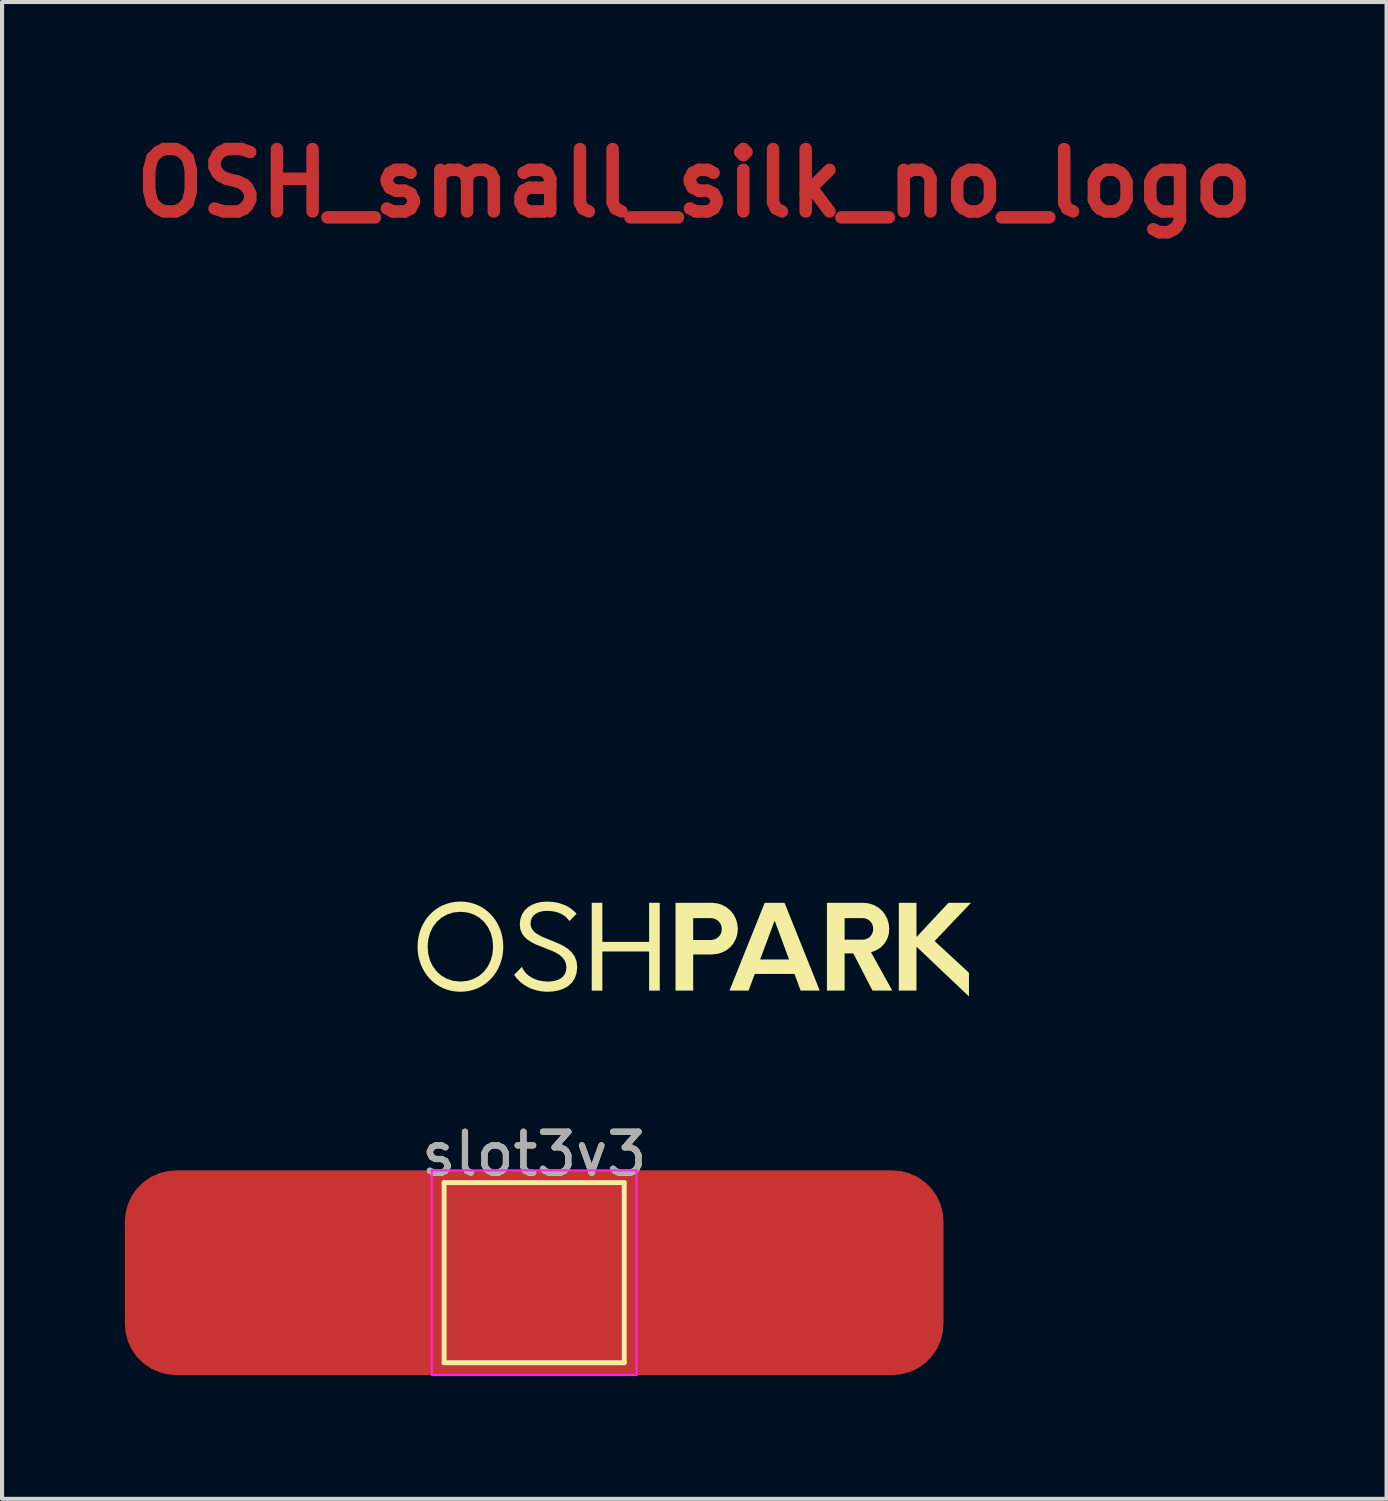
<source format=kicad_pcb>
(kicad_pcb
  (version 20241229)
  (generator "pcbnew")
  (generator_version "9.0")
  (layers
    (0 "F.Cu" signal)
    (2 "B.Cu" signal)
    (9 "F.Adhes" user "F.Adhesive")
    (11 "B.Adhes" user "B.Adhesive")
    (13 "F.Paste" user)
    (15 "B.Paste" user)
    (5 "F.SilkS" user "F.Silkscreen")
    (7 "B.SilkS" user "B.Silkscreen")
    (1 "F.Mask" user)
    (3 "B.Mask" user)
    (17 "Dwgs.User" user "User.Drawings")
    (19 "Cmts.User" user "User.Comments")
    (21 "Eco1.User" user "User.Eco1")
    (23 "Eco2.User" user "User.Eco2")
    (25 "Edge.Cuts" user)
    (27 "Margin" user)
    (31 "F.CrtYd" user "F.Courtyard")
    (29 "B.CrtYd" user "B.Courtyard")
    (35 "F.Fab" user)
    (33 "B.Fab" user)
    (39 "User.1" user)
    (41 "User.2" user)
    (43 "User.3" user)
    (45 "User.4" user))
  (footprint "slot3v3"
    (layer "F.Cu")
    (at 10 28.042)
    (property "Reference" "slot3v3" (at 0 -2.898 0) (layer "F.SilkS") (effects (font (size 1 1) (thickness 0.15))))
    (attr exclude_from_pos_files exclude_from_bom)
    (fp_line (start -2.2 -2.2) (end 2.2 -2.2) (stroke (width 0.12) (type solid)) (layer "F.SilkS"))
    (fp_line (start -2.2 2.2) (end -2.2 -2.2) (stroke (width 0.12) (type solid)) (layer "F.SilkS"))
    (fp_line (start 2.2 -2.2) (end 2.2 2.2) (stroke (width 0.12) (type solid)) (layer "F.SilkS"))
    (fp_line (start 2.2 2.2) (end -2.2 2.2) (stroke (width 0.12) (type solid)) (layer "F.SilkS"))
    (fp_line (start -2.5 -2.5) (end -2.5 2.5) (stroke (width 0.05) (type solid)) (layer "F.CrtYd"))
    (fp_line (start -2.5 -2.5) (end 2.5 -2.5) (stroke (width 0.05) (type solid)) (layer "F.CrtYd"))
    (fp_line (start 2.5 2.5) (end -2.5 2.5) (stroke (width 0.05) (type solid)) (layer "F.CrtYd"))
    (fp_line (start 2.5 2.5) (end 2.5 -2.5) (stroke (width 0.05) (type solid)) (layer "F.CrtYd"))
    (fp_text user "${REFERENCE}" (at 0 -2.9 0) (layer "F.Fab") (effects (font (size 1 1) (thickness 0.15))))
    (pad "1" smd roundrect (at 0 0) (size 20 5) (layers "F.Cu" "F.Mask") (roundrect_rratio 0.25)))
  (footprint "OSH_small_silk_no_logo"
    (layer "F.Cu")
    (at 13.912 12.884)
    (property "Reference" "OSH_small_silk_no_logo" (at 0 -11.458 0) (layer "F.Cu") (effects (font (size 1.524 1.524) (thickness 0.305))))
    (attr smd)
    (fp_poly (pts (xy 6.761 6.121) (xy 6.209 6.121) (xy 5.428 6.959) (xy 5.428 6.121) (xy 4.996 6.121) (xy 4.996 8.267) (xy 5.428 8.267) (xy 5.428 7.194) (xy 6.71 8.41) (xy 6.71 7.832) (xy 5.871 7.056) (xy 6.761 6.121)) (stroke (width 0) (type solid)) (fill yes) (layer "F.SilkS"))
    (fp_poly (pts (xy -1.104 6.121) (xy -1.104 7.076) (xy -2.246 7.076) (xy -2.246 6.121) (xy -2.506 6.121) (xy -2.506 8.267) (xy -2.246 8.267) (xy -2.246 7.311) (xy -1.104 7.311) (xy -1.104 8.267) (xy -0.844 8.267) (xy -0.844 6.121) (xy -1.104 6.121)) (stroke (width 0) (type solid)) (fill yes) (layer "F.SilkS"))
    (fp_poly (pts (xy 2.598 8.267) (xy 1.963 6.558) (xy 2.315 7.506) (xy 1.608 7.506) (xy 1.963 6.558) (xy 2.598 8.267) (xy 3.065 8.267) (xy 2.204 6.121) (xy 1.72 6.121) (xy 0.859 8.267) (xy 1.325 8.267) (xy 1.477 7.86) (xy 2.447 7.86) (xy 2.598 8.267)) (stroke (width 0) (type solid)) (fill yes) (layer "F.SilkS"))
    (fp_poly (pts (xy 0.428 6.121) (xy -0.027 6.496) (xy 0.388 6.496) (xy 0.445 6.501) (xy 0.499 6.515) (xy 0.547 6.538) (xy 0.589 6.57) (xy 0.623 6.608) (xy 0.649 6.654) (xy 0.665 6.705) (xy 0.671 6.762) (xy 0.665 6.82) (xy 0.649 6.873) (xy 0.623 6.919) (xy 0.589 6.957) (xy 0.547 6.989) (xy 0.499 7.012) (xy 0.445 7.026) (xy 0.388 7.031) (xy 0.388 7.031) (xy -0.027 7.031) (xy -0.027 6.496) (xy 0.428 6.121) (xy -0.459 6.121) (xy -0.459 8.267) (xy -0.027 8.267) (xy -0.027 7.383) (xy 0.428 7.383) (xy 0.558 7.37) (xy 0.678 7.335) (xy 0.786 7.279) (xy 0.88 7.204) (xy 0.956 7.112) (xy 1.014 7.006) (xy 1.05 6.888) (xy 1.063 6.759) (xy 1.05 6.63) (xy 1.014 6.511) (xy 0.956 6.402) (xy 0.88 6.308) (xy 0.786 6.23) (xy 0.678 6.171) (xy 0.558 6.134) (xy 0.428 6.121) (xy 0.428 6.121)) (stroke (width 0) (type solid)) (fill yes) (layer "F.SilkS"))
    (fp_poly (pts (xy 4.317 7.328) (xy 4.11 7.022) (xy 3.672 7.022) (xy 3.672 6.496) (xy 4.11 6.496) (xy 4.163 6.501) (xy 4.212 6.516) (xy 4.257 6.54) (xy 4.295 6.571) (xy 4.327 6.61) (xy 4.35 6.655) (xy 4.365 6.705) (xy 4.37 6.759) (xy 4.365 6.813) (xy 4.351 6.863) (xy 4.327 6.907) (xy 4.296 6.946) (xy 4.258 6.978) (xy 4.214 7.002) (xy 4.164 7.017) (xy 4.11 7.022) (xy 4.11 7.022) (xy 4.317 7.328) (xy 4.41 7.297) (xy 4.496 7.252) (xy 4.572 7.195) (xy 4.637 7.127) (xy 4.69 7.048) (xy 4.73 6.961) (xy 4.754 6.865) (xy 4.762 6.762) (xy 4.75 6.632) (xy 4.713 6.511) (xy 4.655 6.402) (xy 4.578 6.307) (xy 4.484 6.229) (xy 4.376 6.171) (xy 4.256 6.134) (xy 4.127 6.121) (xy 3.24 6.121) (xy 3.24 8.267) (xy 3.672 8.267) (xy 3.672 7.357) (xy 3.884 7.357) (xy 4.353 8.267) (xy 4.837 8.267) (xy 4.316 7.328) (xy 4.317 7.328)) (stroke (width 0) (type solid)) (fill yes) (layer "F.SilkS"))
    (fp_poly (pts (xy -3.591 8.295) (xy -3.442 8.286) (xy -3.304 8.259) (xy -3.18 8.213) (xy -3.072 8.148) (xy -2.984 8.064) (xy -2.918 7.96) (xy -2.876 7.836) (xy -2.861 7.692) (xy -2.877 7.552) (xy -2.921 7.435) (xy -2.99 7.337) (xy -3.078 7.254) (xy -3.18 7.185) (xy -3.292 7.127) (xy -3.528 7.028) (xy -3.707 6.956) (xy -3.857 6.873) (xy -3.916 6.824) (xy -3.961 6.768) (xy -3.99 6.704) (xy -4 6.63) (xy -3.992 6.555) (xy -3.968 6.491) (xy -3.93 6.437) (xy -3.88 6.394) (xy -3.82 6.36) (xy -3.752 6.337) (xy -3.677 6.323) (xy -3.597 6.318) (xy -3.501 6.323) (xy -3.413 6.336) (xy -3.333 6.358) (xy -3.26 6.388) (xy -3.196 6.424) (xy -3.139 6.466) (xy -3.05 6.567) (xy -2.876 6.389) (xy -2.935 6.327) (xy -3.003 6.271) (xy -3.081 6.22) (xy -3.169 6.176) (xy -3.265 6.141) (xy -3.369 6.114) (xy -3.482 6.098) (xy -3.603 6.092) (xy -3.735 6.101) (xy -3.858 6.128) (xy -3.97 6.172) (xy -4.069 6.234) (xy -4.15 6.313) (xy -4.211 6.409) (xy -4.25 6.521) (xy -4.264 6.649) (xy -4.25 6.769) (xy -4.21 6.87) (xy -4.149 6.954) (xy -4.071 7.025) (xy -3.978 7.085) (xy -3.875 7.137) (xy -3.654 7.225) (xy -3.457 7.304) (xy -3.367 7.349) (xy -3.287 7.4) (xy -3.22 7.459) (xy -3.168 7.528) (xy -3.136 7.609) (xy -3.125 7.705) (xy -3.135 7.789) (xy -3.162 7.86) (xy -3.204 7.919) (xy -3.259 7.966) (xy -3.327 8.002) (xy -3.404 8.027) (xy -3.49 8.041) (xy -3.583 8.046) (xy -3.691 8.039) (xy -3.793 8.02) (xy -3.889 7.989) (xy -3.976 7.947) (xy -4.053 7.896) (xy -4.119 7.835) (xy -4.172 7.765) (xy -4.212 7.688) (xy -4.401 7.88) (xy -4.338 7.968) (xy -4.261 8.047) (xy -4.172 8.118) (xy -4.072 8.179) (xy -3.963 8.228) (xy -3.845 8.264) (xy -3.721 8.287) (xy -3.591 8.295) (xy -3.591 8.295)) (stroke (width 0) (type solid)) (fill yes) (layer "F.SilkS"))
    (fp_poly (pts (xy -5.714 8.295) (xy -5.714 8.046) (xy -5.885 8.029) (xy -6.039 7.98) (xy -6.176 7.903) (xy -6.293 7.799) (xy -6.387 7.674) (xy -6.457 7.529) (xy -6.5 7.368) (xy -6.515 7.194) (xy -6.5 7.02) (xy -6.457 6.859) (xy -6.387 6.714) (xy -6.293 6.588) (xy -6.176 6.485) (xy -6.039 6.407) (xy -5.885 6.358) (xy -5.714 6.341) (xy -5.542 6.358) (xy -5.388 6.407) (xy -5.251 6.485) (xy -5.136 6.588) (xy -5.042 6.714) (xy -4.973 6.859) (xy -4.93 7.02) (xy -4.916 7.194) (xy -4.93 7.368) (xy -4.973 7.529) (xy -5.042 7.674) (xy -5.136 7.799) (xy -5.251 7.903) (xy -5.388 7.98) (xy -5.542 8.029) (xy -5.714 8.046) (xy -5.714 8.295) (xy -5.602 8.289) (xy -5.495 8.273) (xy -5.392 8.246) (xy -5.294 8.209) (xy -5.202 8.162) (xy -5.116 8.107) (xy -5.036 8.044) (xy -4.963 7.973) (xy -4.897 7.895) (xy -4.838 7.81) (xy -4.787 7.719) (xy -4.745 7.623) (xy -4.711 7.521) (xy -4.687 7.416) (xy -4.672 7.306) (xy -4.667 7.193) (xy -4.672 7.081) (xy -4.687 6.971) (xy -4.711 6.865) (xy -4.745 6.764) (xy -4.787 6.668) (xy -4.838 6.577) (xy -4.897 6.492) (xy -4.963 6.414) (xy -5.036 6.343) (xy -5.116 6.28) (xy -5.202 6.224) (xy -5.294 6.178) (xy -5.392 6.141) (xy -5.495 6.114) (xy -5.602 6.097) (xy -5.714 6.091) (xy -5.826 6.097) (xy -5.934 6.114) (xy -6.037 6.141) (xy -6.135 6.178) (xy -6.227 6.224) (xy -6.313 6.28) (xy -6.393 6.343) (xy -6.466 6.414) (xy -6.532 6.492) (xy -6.59 6.577) (xy -6.641 6.668) (xy -6.683 6.764) (xy -6.717 6.865) (xy -6.741 6.971) (xy -6.756 7.081) (xy -6.761 7.193) (xy -6.756 7.306) (xy -6.741 7.416) (xy -6.717 7.521) (xy -6.683 7.623) (xy -6.641 7.719) (xy -6.59 7.81) (xy -6.532 7.895) (xy -6.466 7.973) (xy -6.393 8.044) (xy -6.313 8.107) (xy -6.227 8.162) (xy -6.135 8.209) (xy -6.037 8.246) (xy -5.934 8.273) (xy -5.826 8.289) (xy -5.714 8.295)) (stroke (width 0) (type solid)) (fill yes) (layer "F.SilkS")))
  (gr_rect
    (start -3 -3)
    (end 30.824 33.567)
    (stroke (width 0.1) (type default))
    (fill no)
    (layer "Edge.Cuts")))
</source>
